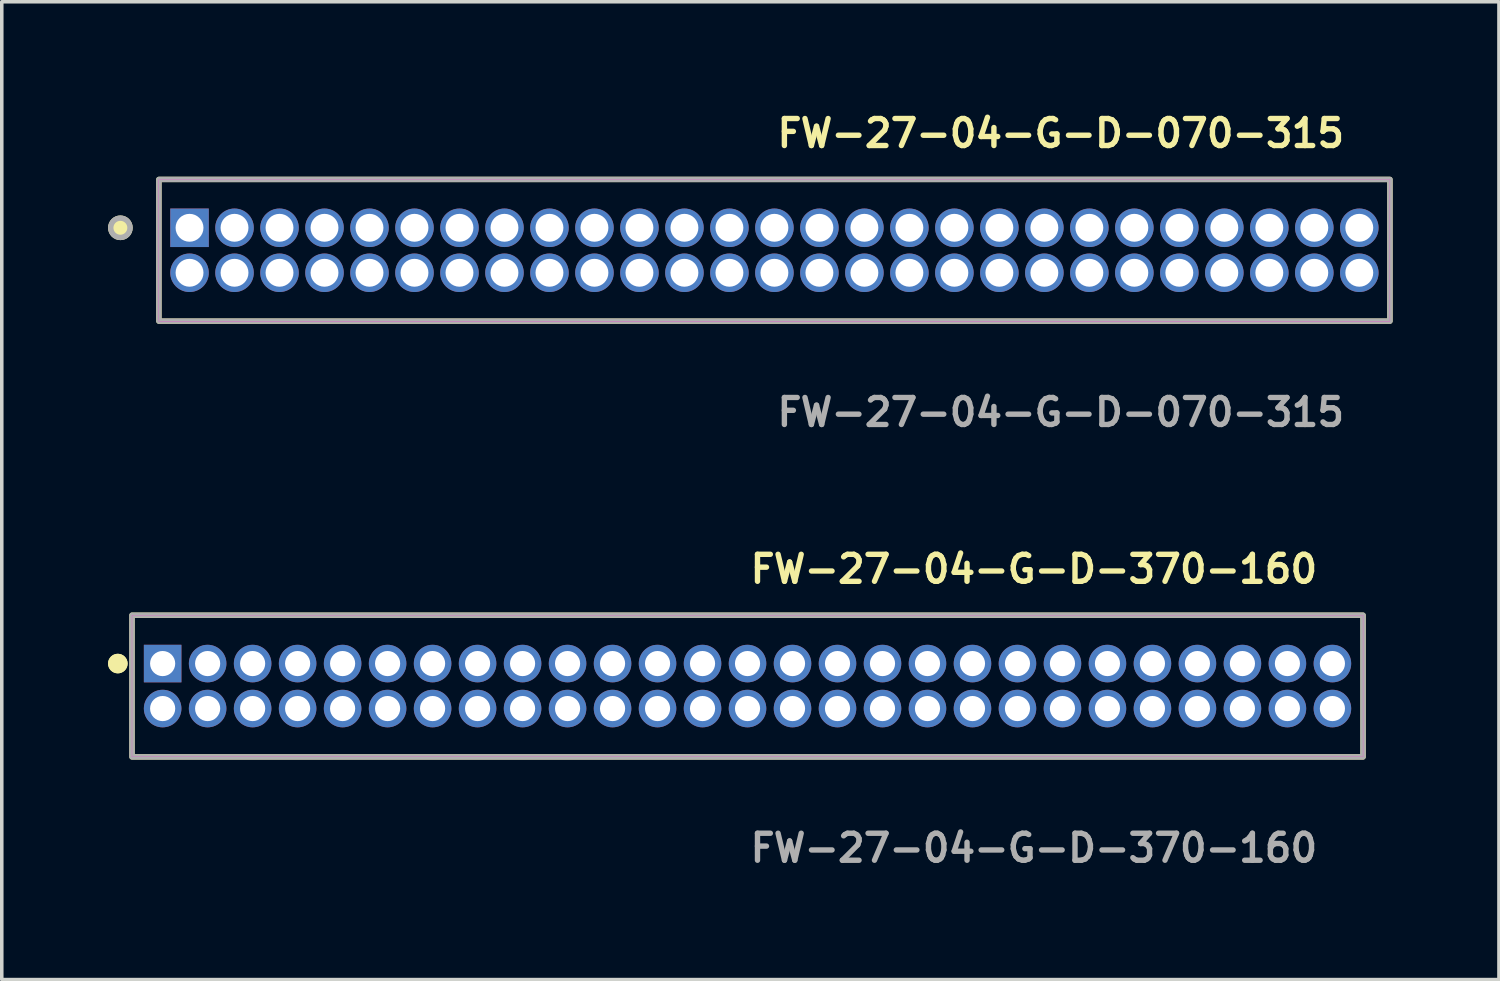
<source format=kicad_pcb>
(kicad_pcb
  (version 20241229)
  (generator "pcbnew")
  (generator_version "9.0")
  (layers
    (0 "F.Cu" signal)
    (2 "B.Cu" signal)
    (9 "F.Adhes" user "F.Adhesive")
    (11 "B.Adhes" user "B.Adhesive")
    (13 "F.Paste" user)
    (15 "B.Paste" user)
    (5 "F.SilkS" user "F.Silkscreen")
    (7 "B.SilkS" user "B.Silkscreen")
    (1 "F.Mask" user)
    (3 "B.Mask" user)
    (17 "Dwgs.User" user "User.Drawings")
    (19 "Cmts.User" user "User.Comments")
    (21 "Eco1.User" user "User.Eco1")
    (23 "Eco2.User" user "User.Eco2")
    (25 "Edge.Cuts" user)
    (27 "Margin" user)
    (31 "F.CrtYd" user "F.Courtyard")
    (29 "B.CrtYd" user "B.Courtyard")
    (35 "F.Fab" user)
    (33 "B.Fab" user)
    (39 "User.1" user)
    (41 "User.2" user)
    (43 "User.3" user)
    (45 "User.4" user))
  (footprint "FW-27-04-G-D-070-315"
    (layer "F.Cu")
    (at 18.81 4.015)
    (property "Reference" "FW-27-04-G-D-070-315" (at 0 -3.302 0) (unlocked yes) (layer "F.SilkS") (effects (font (size 0.762 0.762) (thickness 0.152)) (justify left)))
    (fp_rect (start -17.375 2) (end 17.375 -2) (stroke (width 0.152) (type solid)) (fill no) (layer "F.SilkS"))
    (fp_circle (center -18.462 -0.635) (end -18.734 -0.635) (stroke (width 0.152) (type solid)) (fill yes) (layer "F.SilkS"))
    (fp_rect (start -17.375 2) (end 17.375 -2) (stroke (width 0.006) (type solid)) (fill no) (layer "F.CrtYd"))
    (fp_rect (start -17.375 2) (end 17.375 -2) (stroke (width 0.152) (type solid)) (fill no) (layer "F.Fab"))
    (fp_circle (center -18.462 -0.635) (end -18.734 -0.635) (stroke (width 0.152) (type solid)) (fill no) (layer "F.Fab"))
    (fp_text user "${REFERENCE}" (at 0 4.572 0) (unlocked yes) (layer "F.Fab") (effects (font (size 0.762 0.762) (thickness 0.152)) (justify left)))
    (pad "1" thru_hole rect (at -16.51 -0.635) (size 1.087 1.087) (drill 0.787) (layers "*.Cu" "*.Mask"))
    (pad "2" thru_hole circle (at -16.51 0.635) (size 1.087 1.087) (drill 0.787) (layers "*.Cu" "*.Mask"))
    (pad "3" thru_hole circle (at -15.24 -0.635) (size 1.087 1.087) (drill 0.787) (layers "*.Cu" "*.Mask"))
    (pad "4" thru_hole circle (at -15.24 0.635) (size 1.087 1.087) (drill 0.787) (layers "*.Cu" "*.Mask"))
    (pad "5" thru_hole circle (at -13.97 -0.635) (size 1.087 1.087) (drill 0.787) (layers "*.Cu" "*.Mask"))
    (pad "6" thru_hole circle (at -13.97 0.635) (size 1.087 1.087) (drill 0.787) (layers "*.Cu" "*.Mask"))
    (pad "7" thru_hole circle (at -12.7 -0.635) (size 1.087 1.087) (drill 0.787) (layers "*.Cu" "*.Mask"))
    (pad "8" thru_hole circle (at -12.7 0.635) (size 1.087 1.087) (drill 0.787) (layers "*.Cu" "*.Mask"))
    (pad "9" thru_hole circle (at -11.43 -0.635) (size 1.087 1.087) (drill 0.787) (layers "*.Cu" "*.Mask"))
    (pad "10" thru_hole circle (at -11.43 0.635) (size 1.087 1.087) (drill 0.787) (layers "*.Cu" "*.Mask"))
    (pad "11" thru_hole circle (at -10.16 -0.635) (size 1.087 1.087) (drill 0.787) (layers "*.Cu" "*.Mask"))
    (pad "12" thru_hole circle (at -10.16 0.635) (size 1.087 1.087) (drill 0.787) (layers "*.Cu" "*.Mask"))
    (pad "13" thru_hole circle (at -8.89 -0.635) (size 1.087 1.087) (drill 0.787) (layers "*.Cu" "*.Mask"))
    (pad "14" thru_hole circle (at -8.89 0.635) (size 1.087 1.087) (drill 0.787) (layers "*.Cu" "*.Mask"))
    (pad "15" thru_hole circle (at -7.62 -0.635) (size 1.087 1.087) (drill 0.787) (layers "*.Cu" "*.Mask"))
    (pad "16" thru_hole circle (at -7.62 0.635) (size 1.087 1.087) (drill 0.787) (layers "*.Cu" "*.Mask"))
    (pad "17" thru_hole circle (at -6.35 -0.635) (size 1.087 1.087) (drill 0.787) (layers "*.Cu" "*.Mask"))
    (pad "18" thru_hole circle (at -6.35 0.635) (size 1.087 1.087) (drill 0.787) (layers "*.Cu" "*.Mask"))
    (pad "19" thru_hole circle (at -5.08 -0.635) (size 1.087 1.087) (drill 0.787) (layers "*.Cu" "*.Mask"))
    (pad "20" thru_hole circle (at -5.08 0.635) (size 1.087 1.087) (drill 0.787) (layers "*.Cu" "*.Mask"))
    (pad "21" thru_hole circle (at -3.81 -0.635) (size 1.087 1.087) (drill 0.787) (layers "*.Cu" "*.Mask"))
    (pad "22" thru_hole circle (at -3.81 0.635) (size 1.087 1.087) (drill 0.787) (layers "*.Cu" "*.Mask"))
    (pad "23" thru_hole circle (at -2.54 -0.635) (size 1.087 1.087) (drill 0.787) (layers "*.Cu" "*.Mask"))
    (pad "24" thru_hole circle (at -2.54 0.635) (size 1.087 1.087) (drill 0.787) (layers "*.Cu" "*.Mask"))
    (pad "25" thru_hole circle (at -1.27 -0.635) (size 1.087 1.087) (drill 0.787) (layers "*.Cu" "*.Mask"))
    (pad "26" thru_hole circle (at -1.27 0.635) (size 1.087 1.087) (drill 0.787) (layers "*.Cu" "*.Mask"))
    (pad "27" thru_hole circle (at 0 -0.635) (size 1.087 1.087) (drill 0.787) (layers "*.Cu" "*.Mask"))
    (pad "28" thru_hole circle (at 0 0.635) (size 1.087 1.087) (drill 0.787) (layers "*.Cu" "*.Mask"))
    (pad "29" thru_hole circle (at 1.27 -0.635) (size 1.087 1.087) (drill 0.787) (layers "*.Cu" "*.Mask"))
    (pad "30" thru_hole circle (at 1.27 0.635) (size 1.087 1.087) (drill 0.787) (layers "*.Cu" "*.Mask"))
    (pad "31" thru_hole circle (at 2.54 -0.635) (size 1.087 1.087) (drill 0.787) (layers "*.Cu" "*.Mask"))
    (pad "32" thru_hole circle (at 2.54 0.635) (size 1.087 1.087) (drill 0.787) (layers "*.Cu" "*.Mask"))
    (pad "33" thru_hole circle (at 3.81 -0.635) (size 1.087 1.087) (drill 0.787) (layers "*.Cu" "*.Mask"))
    (pad "34" thru_hole circle (at 3.81 0.635) (size 1.087 1.087) (drill 0.787) (layers "*.Cu" "*.Mask"))
    (pad "35" thru_hole circle (at 5.08 -0.635) (size 1.087 1.087) (drill 0.787) (layers "*.Cu" "*.Mask"))
    (pad "36" thru_hole circle (at 5.08 0.635) (size 1.087 1.087) (drill 0.787) (layers "*.Cu" "*.Mask"))
    (pad "37" thru_hole circle (at 6.35 -0.635) (size 1.087 1.087) (drill 0.787) (layers "*.Cu" "*.Mask"))
    (pad "38" thru_hole circle (at 6.35 0.635) (size 1.087 1.087) (drill 0.787) (layers "*.Cu" "*.Mask"))
    (pad "39" thru_hole circle (at 7.62 -0.635) (size 1.087 1.087) (drill 0.787) (layers "*.Cu" "*.Mask"))
    (pad "40" thru_hole circle (at 7.62 0.635) (size 1.087 1.087) (drill 0.787) (layers "*.Cu" "*.Mask"))
    (pad "41" thru_hole circle (at 8.89 -0.635) (size 1.087 1.087) (drill 0.787) (layers "*.Cu" "*.Mask"))
    (pad "42" thru_hole circle (at 8.89 0.635) (size 1.087 1.087) (drill 0.787) (layers "*.Cu" "*.Mask"))
    (pad "43" thru_hole circle (at 10.16 -0.635) (size 1.087 1.087) (drill 0.787) (layers "*.Cu" "*.Mask"))
    (pad "44" thru_hole circle (at 10.16 0.635) (size 1.087 1.087) (drill 0.787) (layers "*.Cu" "*.Mask"))
    (pad "45" thru_hole circle (at 11.43 -0.635) (size 1.087 1.087) (drill 0.787) (layers "*.Cu" "*.Mask"))
    (pad "46" thru_hole circle (at 11.43 0.635) (size 1.087 1.087) (drill 0.787) (layers "*.Cu" "*.Mask"))
    (pad "47" thru_hole circle (at 12.7 -0.635) (size 1.087 1.087) (drill 0.787) (layers "*.Cu" "*.Mask"))
    (pad "48" thru_hole circle (at 12.7 0.635) (size 1.087 1.087) (drill 0.787) (layers "*.Cu" "*.Mask"))
    (pad "49" thru_hole circle (at 13.97 -0.635) (size 1.087 1.087) (drill 0.787) (layers "*.Cu" "*.Mask"))
    (pad "50" thru_hole circle (at 13.97 0.635) (size 1.087 1.087) (drill 0.787) (layers "*.Cu" "*.Mask"))
    (pad "51" thru_hole circle (at 15.24 -0.635) (size 1.087 1.087) (drill 0.787) (layers "*.Cu" "*.Mask"))
    (pad "52" thru_hole circle (at 15.24 0.635) (size 1.087 1.087) (drill 0.787) (layers "*.Cu" "*.Mask"))
    (pad "53" thru_hole circle (at 16.51 -0.635) (size 1.087 1.087) (drill 0.787) (layers "*.Cu" "*.Mask"))
    (pad "54" thru_hole circle (at 16.51 0.635) (size 1.087 1.087) (drill 0.787) (layers "*.Cu" "*.Mask")))
  (footprint "FW-27-04-G-D-370-160"
    (layer "F.Cu")
    (at 18.051 16.316)
    (property "Reference" "FW-27-04-G-D-370-160" (at 0 -3.302 0) (unlocked yes) (layer "F.SilkS") (effects (font (size 0.762 0.762) (thickness 0.152)) (justify left)))
    (fp_rect (start -17.375 2) (end 17.375 -2) (stroke (width 0.152) (type solid)) (fill no) (layer "F.SilkS"))
    (fp_circle (center -17.775 -0.635) (end -17.975 -0.635) (stroke (width 0.152) (type solid)) (fill yes) (layer "F.SilkS"))
    (fp_circle (center -17.775 -0.635) (end -17.975 -0.635) (stroke (width 0.152) (type solid)) (fill yes) (layer "F.SilkS"))
    (fp_rect (start -17.375 2) (end 17.375 -2) (stroke (width 0.006) (type solid)) (fill no) (layer "F.CrtYd"))
    (fp_rect (start -17.375 2) (end 17.375 -2) (stroke (width 0.152) (type solid)) (fill no) (layer "F.Fab"))
    (fp_text user "${REFERENCE}" (at 0 4.572 0) (unlocked yes) (layer "F.Fab") (effects (font (size 0.762 0.762) (thickness 0.152)) (justify left)))
    (pad "1" thru_hole rect (at -16.51 -0.635) (size 1.06 1.06) (drill 0.71) (layers "*.Cu" "*.Mask"))
    (pad "2" thru_hole circle (at -16.51 0.635) (size 1.06 1.06) (drill 0.71) (layers "*.Cu" "*.Mask"))
    (pad "3" thru_hole circle (at -15.24 -0.635) (size 1.06 1.06) (drill 0.71) (layers "*.Cu" "*.Mask"))
    (pad "4" thru_hole circle (at -15.24 0.635) (size 1.06 1.06) (drill 0.71) (layers "*.Cu" "*.Mask"))
    (pad "5" thru_hole circle (at -13.97 -0.635) (size 1.06 1.06) (drill 0.71) (layers "*.Cu" "*.Mask"))
    (pad "6" thru_hole circle (at -13.97 0.635) (size 1.06 1.06) (drill 0.71) (layers "*.Cu" "*.Mask"))
    (pad "7" thru_hole circle (at -12.7 -0.635) (size 1.06 1.06) (drill 0.71) (layers "*.Cu" "*.Mask"))
    (pad "8" thru_hole circle (at -12.7 0.635) (size 1.06 1.06) (drill 0.71) (layers "*.Cu" "*.Mask"))
    (pad "9" thru_hole circle (at -11.43 -0.635) (size 1.06 1.06) (drill 0.71) (layers "*.Cu" "*.Mask"))
    (pad "10" thru_hole circle (at -11.43 0.635) (size 1.06 1.06) (drill 0.71) (layers "*.Cu" "*.Mask"))
    (pad "11" thru_hole circle (at -10.16 -0.635) (size 1.06 1.06) (drill 0.71) (layers "*.Cu" "*.Mask"))
    (pad "12" thru_hole circle (at -10.16 0.635) (size 1.06 1.06) (drill 0.71) (layers "*.Cu" "*.Mask"))
    (pad "13" thru_hole circle (at -8.89 -0.635) (size 1.06 1.06) (drill 0.71) (layers "*.Cu" "*.Mask"))
    (pad "14" thru_hole circle (at -8.89 0.635) (size 1.06 1.06) (drill 0.71) (layers "*.Cu" "*.Mask"))
    (pad "15" thru_hole circle (at -7.62 -0.635) (size 1.06 1.06) (drill 0.71) (layers "*.Cu" "*.Mask"))
    (pad "16" thru_hole circle (at -7.62 0.635) (size 1.06 1.06) (drill 0.71) (layers "*.Cu" "*.Mask"))
    (pad "17" thru_hole circle (at -6.35 -0.635) (size 1.06 1.06) (drill 0.71) (layers "*.Cu" "*.Mask"))
    (pad "18" thru_hole circle (at -6.35 0.635) (size 1.06 1.06) (drill 0.71) (layers "*.Cu" "*.Mask"))
    (pad "19" thru_hole circle (at -5.08 -0.635) (size 1.06 1.06) (drill 0.71) (layers "*.Cu" "*.Mask"))
    (pad "20" thru_hole circle (at -5.08 0.635) (size 1.06 1.06) (drill 0.71) (layers "*.Cu" "*.Mask"))
    (pad "21" thru_hole circle (at -3.81 -0.635) (size 1.06 1.06) (drill 0.71) (layers "*.Cu" "*.Mask"))
    (pad "22" thru_hole circle (at -3.81 0.635) (size 1.06 1.06) (drill 0.71) (layers "*.Cu" "*.Mask"))
    (pad "23" thru_hole circle (at -2.54 -0.635) (size 1.06 1.06) (drill 0.71) (layers "*.Cu" "*.Mask"))
    (pad "24" thru_hole circle (at -2.54 0.635) (size 1.06 1.06) (drill 0.71) (layers "*.Cu" "*.Mask"))
    (pad "25" thru_hole circle (at -1.27 -0.635) (size 1.06 1.06) (drill 0.71) (layers "*.Cu" "*.Mask"))
    (pad "26" thru_hole circle (at -1.27 0.635) (size 1.06 1.06) (drill 0.71) (layers "*.Cu" "*.Mask"))
    (pad "27" thru_hole circle (at 0 -0.635) (size 1.06 1.06) (drill 0.71) (layers "*.Cu" "*.Mask"))
    (pad "28" thru_hole circle (at 0 0.635) (size 1.06 1.06) (drill 0.71) (layers "*.Cu" "*.Mask"))
    (pad "29" thru_hole circle (at 1.27 -0.635) (size 1.06 1.06) (drill 0.71) (layers "*.Cu" "*.Mask"))
    (pad "30" thru_hole circle (at 1.27 0.635) (size 1.06 1.06) (drill 0.71) (layers "*.Cu" "*.Mask"))
    (pad "31" thru_hole circle (at 2.54 -0.635) (size 1.06 1.06) (drill 0.71) (layers "*.Cu" "*.Mask"))
    (pad "32" thru_hole circle (at 2.54 0.635) (size 1.06 1.06) (drill 0.71) (layers "*.Cu" "*.Mask"))
    (pad "33" thru_hole circle (at 3.81 -0.635) (size 1.06 1.06) (drill 0.71) (layers "*.Cu" "*.Mask"))
    (pad "34" thru_hole circle (at 3.81 0.635) (size 1.06 1.06) (drill 0.71) (layers "*.Cu" "*.Mask"))
    (pad "35" thru_hole circle (at 5.08 -0.635) (size 1.06 1.06) (drill 0.71) (layers "*.Cu" "*.Mask"))
    (pad "36" thru_hole circle (at 5.08 0.635) (size 1.06 1.06) (drill 0.71) (layers "*.Cu" "*.Mask"))
    (pad "37" thru_hole circle (at 6.35 -0.635) (size 1.06 1.06) (drill 0.71) (layers "*.Cu" "*.Mask"))
    (pad "38" thru_hole circle (at 6.35 0.635) (size 1.06 1.06) (drill 0.71) (layers "*.Cu" "*.Mask"))
    (pad "39" thru_hole circle (at 7.62 -0.635) (size 1.06 1.06) (drill 0.71) (layers "*.Cu" "*.Mask"))
    (pad "40" thru_hole circle (at 7.62 0.635) (size 1.06 1.06) (drill 0.71) (layers "*.Cu" "*.Mask"))
    (pad "41" thru_hole circle (at 8.89 -0.635) (size 1.06 1.06) (drill 0.71) (layers "*.Cu" "*.Mask"))
    (pad "42" thru_hole circle (at 8.89 0.635) (size 1.06 1.06) (drill 0.71) (layers "*.Cu" "*.Mask"))
    (pad "43" thru_hole circle (at 10.16 -0.635) (size 1.06 1.06) (drill 0.71) (layers "*.Cu" "*.Mask"))
    (pad "44" thru_hole circle (at 10.16 0.635) (size 1.06 1.06) (drill 0.71) (layers "*.Cu" "*.Mask"))
    (pad "45" thru_hole circle (at 11.43 -0.635) (size 1.06 1.06) (drill 0.71) (layers "*.Cu" "*.Mask"))
    (pad "46" thru_hole circle (at 11.43 0.635) (size 1.06 1.06) (drill 0.71) (layers "*.Cu" "*.Mask"))
    (pad "47" thru_hole circle (at 12.7 -0.635) (size 1.06 1.06) (drill 0.71) (layers "*.Cu" "*.Mask"))
    (pad "48" thru_hole circle (at 12.7 0.635) (size 1.06 1.06) (drill 0.71) (layers "*.Cu" "*.Mask"))
    (pad "49" thru_hole circle (at 13.97 -0.635) (size 1.06 1.06) (drill 0.71) (layers "*.Cu" "*.Mask"))
    (pad "50" thru_hole circle (at 13.97 0.635) (size 1.06 1.06) (drill 0.71) (layers "*.Cu" "*.Mask"))
    (pad "51" thru_hole circle (at 15.24 -0.635) (size 1.06 1.06) (drill 0.71) (layers "*.Cu" "*.Mask"))
    (pad "52" thru_hole circle (at 15.24 0.635) (size 1.06 1.06) (drill 0.71) (layers "*.Cu" "*.Mask"))
    (pad "53" thru_hole circle (at 16.51 -0.635) (size 1.06 1.06) (drill 0.71) (layers "*.Cu" "*.Mask"))
    (pad "54" thru_hole circle (at 16.51 0.635) (size 1.06 1.06) (drill 0.71) (layers "*.Cu" "*.Mask")))
  (gr_rect
    (start -3 -3)
    (end 39.262 24.601)
    (stroke (width 0.1) (type default))
    (fill no)
    (layer "Edge.Cuts")))
</source>
